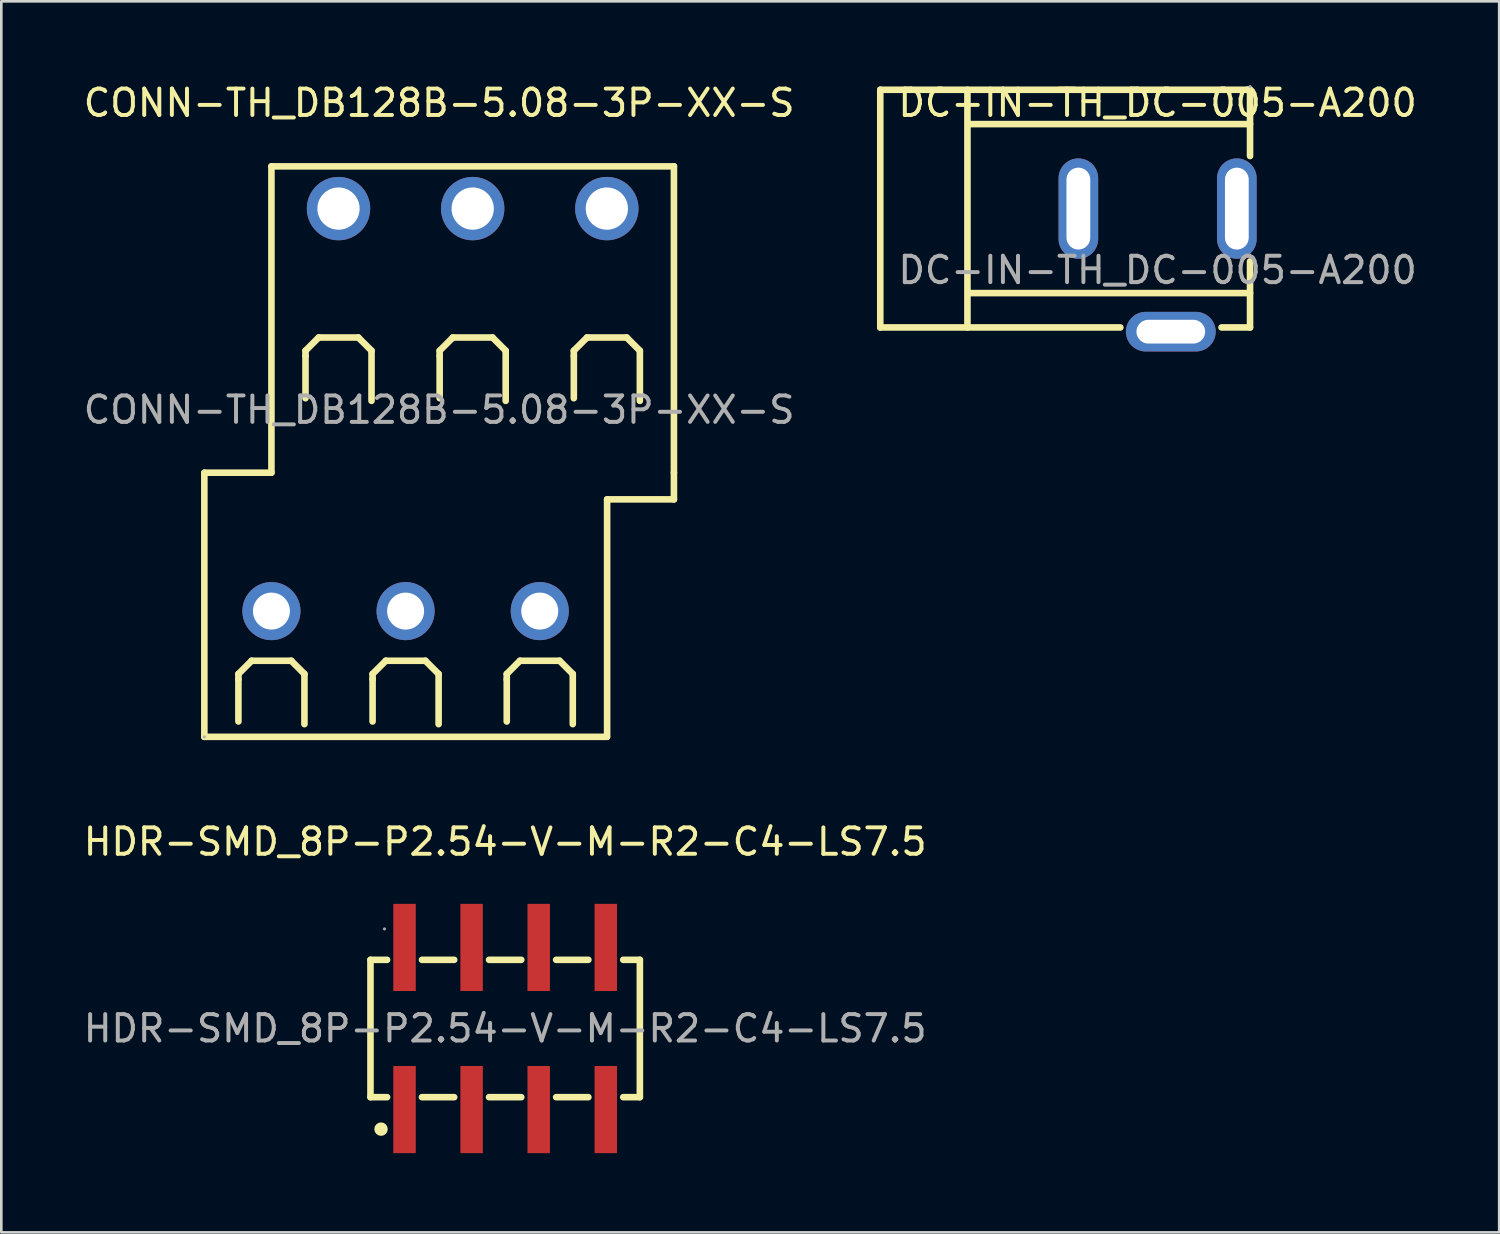
<source format=kicad_pcb>
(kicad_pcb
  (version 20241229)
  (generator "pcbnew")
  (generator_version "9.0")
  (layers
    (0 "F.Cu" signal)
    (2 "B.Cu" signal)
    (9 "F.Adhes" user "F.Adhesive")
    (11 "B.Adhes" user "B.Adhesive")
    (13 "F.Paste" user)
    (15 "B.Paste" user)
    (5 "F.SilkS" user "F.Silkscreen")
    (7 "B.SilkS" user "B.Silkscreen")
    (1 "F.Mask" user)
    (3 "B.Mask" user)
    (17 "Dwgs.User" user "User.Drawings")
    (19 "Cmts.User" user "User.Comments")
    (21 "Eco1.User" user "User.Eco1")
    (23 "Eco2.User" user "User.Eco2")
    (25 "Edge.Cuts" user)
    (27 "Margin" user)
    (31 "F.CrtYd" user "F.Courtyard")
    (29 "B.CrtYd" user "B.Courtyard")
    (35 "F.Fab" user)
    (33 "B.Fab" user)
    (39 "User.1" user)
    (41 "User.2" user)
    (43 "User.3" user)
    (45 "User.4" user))
  (footprint "CONN-TH_DB128B-5.08-3P-XX-S"
    (layer "F.Cu")
    (at 13.577 12.468)
    (property "Reference" "CONN-TH_DB128B-5.08-3P-XX-S" (at 0 -11.62 0) (layer "F.SilkS") (effects (font (size 1 1) (thickness 0.15))))
    (attr through_hole)
    (fp_line (start -8.89 2.38) (end -6.35 2.38) (stroke (width 0.25) (type solid)) (layer "F.SilkS"))
    (fp_line (start -8.89 12.38) (end -8.89 2.38) (stroke (width 0.25) (type solid)) (layer "F.SilkS"))
    (fp_line (start -8.89 12.38) (end 6.35 12.38) (stroke (width 0.25) (type solid)) (layer "F.SilkS"))
    (fp_line (start -7.6 10) (end -7.1 9.5) (stroke (width 0.25) (type solid)) (layer "F.SilkS"))
    (fp_line (start -7.6 10.2) (end -7.6 10) (stroke (width 0.25) (type solid)) (layer "F.SilkS"))
    (fp_line (start -7.6 11.8) (end -7.6 10.2) (stroke (width 0.25) (type solid)) (layer "F.SilkS"))
    (fp_line (start -7.1 9.5) (end -5.6 9.5) (stroke (width 0.25) (type solid)) (layer "F.SilkS"))
    (fp_line (start -6.35 -9.22) (end 8.89 -9.22) (stroke (width 0.25) (type solid)) (layer "F.SilkS"))
    (fp_line (start -6.35 2.38) (end -6.35 -9.22) (stroke (width 0.25) (type solid)) (layer "F.SilkS"))
    (fp_line (start -5.6 9.5) (end -5.1 10) (stroke (width 0.25) (type solid)) (layer "F.SilkS"))
    (fp_line (start -5.1 10) (end -5.1 11.9) (stroke (width 0.25) (type solid)) (layer "F.SilkS"))
    (fp_line (start -5.06 -2.24) (end -4.56 -2.74) (stroke (width 0.25) (type solid)) (layer "F.SilkS"))
    (fp_line (start -5.06 -2.04) (end -5.06 -2.24) (stroke (width 0.25) (type solid)) (layer "F.SilkS"))
    (fp_line (start -5.06 -0.44) (end -5.06 -2.04) (stroke (width 0.25) (type solid)) (layer "F.SilkS"))
    (fp_line (start -4.56 -2.74) (end -3.06 -2.74) (stroke (width 0.25) (type solid)) (layer "F.SilkS"))
    (fp_line (start -3.06 -2.74) (end -2.56 -2.24) (stroke (width 0.25) (type solid)) (layer "F.SilkS"))
    (fp_line (start -2.56 -2.24) (end -2.56 -0.34) (stroke (width 0.25) (type solid)) (layer "F.SilkS"))
    (fp_line (start -2.52 10) (end -2.02 9.5) (stroke (width 0.25) (type solid)) (layer "F.SilkS"))
    (fp_line (start -2.52 10.2) (end -2.52 10) (stroke (width 0.25) (type solid)) (layer "F.SilkS"))
    (fp_line (start -2.52 11.8) (end -2.52 10.2) (stroke (width 0.25) (type solid)) (layer "F.SilkS"))
    (fp_line (start -2.02 9.5) (end -0.52 9.5) (stroke (width 0.25) (type solid)) (layer "F.SilkS"))
    (fp_line (start -0.52 9.5) (end -0.02 10) (stroke (width 0.25) (type solid)) (layer "F.SilkS"))
    (fp_line (start -0.02 10) (end -0.02 11.9) (stroke (width 0.25) (type solid)) (layer "F.SilkS"))
    (fp_line (start 0.02 -2.24) (end 0.52 -2.74) (stroke (width 0.25) (type solid)) (layer "F.SilkS"))
    (fp_line (start 0.02 -2.04) (end 0.02 -2.24) (stroke (width 0.25) (type solid)) (layer "F.SilkS"))
    (fp_line (start 0.02 -0.44) (end 0.02 -2.04) (stroke (width 0.25) (type solid)) (layer "F.SilkS"))
    (fp_line (start 0.52 -2.74) (end 2.02 -2.74) (stroke (width 0.25) (type solid)) (layer "F.SilkS"))
    (fp_line (start 2.02 -2.74) (end 2.52 -2.24) (stroke (width 0.25) (type solid)) (layer "F.SilkS"))
    (fp_line (start 2.52 -2.24) (end 2.52 -0.34) (stroke (width 0.25) (type solid)) (layer "F.SilkS"))
    (fp_line (start 2.56 10) (end 3.06 9.5) (stroke (width 0.25) (type solid)) (layer "F.SilkS"))
    (fp_line (start 2.56 10.2) (end 2.56 10) (stroke (width 0.25) (type solid)) (layer "F.SilkS"))
    (fp_line (start 2.56 11.8) (end 2.56 10.2) (stroke (width 0.25) (type solid)) (layer "F.SilkS"))
    (fp_line (start 3.06 9.5) (end 4.56 9.5) (stroke (width 0.25) (type solid)) (layer "F.SilkS"))
    (fp_line (start 4.56 9.5) (end 5.06 10) (stroke (width 0.25) (type solid)) (layer "F.SilkS"))
    (fp_line (start 5.06 10) (end 5.06 11.9) (stroke (width 0.25) (type solid)) (layer "F.SilkS"))
    (fp_line (start 5.1 -2.24) (end 5.6 -2.74) (stroke (width 0.25) (type solid)) (layer "F.SilkS"))
    (fp_line (start 5.1 -2.04) (end 5.1 -2.24) (stroke (width 0.25) (type solid)) (layer "F.SilkS"))
    (fp_line (start 5.1 -0.44) (end 5.1 -2.04) (stroke (width 0.25) (type solid)) (layer "F.SilkS"))
    (fp_line (start 5.6 -2.74) (end 7.1 -2.74) (stroke (width 0.25) (type solid)) (layer "F.SilkS"))
    (fp_line (start 6.36 3.39) (end 6.36 12.38) (stroke (width 0.25) (type solid)) (layer "F.SilkS"))
    (fp_line (start 7.1 -2.74) (end 7.6 -2.24) (stroke (width 0.25) (type solid)) (layer "F.SilkS"))
    (fp_line (start 7.6 -2.24) (end 7.6 -0.34) (stroke (width 0.25) (type solid)) (layer "F.SilkS"))
    (fp_line (start 8.89 -9.22) (end 8.89 2.38) (stroke (width 0.25) (type solid)) (layer "F.SilkS"))
    (fp_line (start 8.89 2.38) (end 8.89 3.39) (stroke (width 0.25) (type solid)) (layer "F.SilkS"))
    (fp_line (start 8.89 3.39) (end 6.36 3.39) (stroke (width 0.25) (type solid)) (layer "F.SilkS"))
    (fp_circle (center -8.89 12.38) (end -8.86 12.38) (stroke (width 0.06) (type solid)) (fill no) (layer "F.Fab"))
    (fp_text user "${REFERENCE}" (at 0 0 0) (layer "F.Fab") (effects (font (size 1 1) (thickness 0.15))))
    (pad "1" thru_hole circle (at -6.35 7.62) (size 2.2 2.2) (drill 1.4) (layers "*.Cu" "*.Mask"))
    (pad "2" thru_hole circle (at -1.27 7.62) (size 2.2 2.2) (drill 1.4) (layers "*.Cu" "*.Mask"))
    (pad "3" thru_hole circle (at 3.81 7.62) (size 2.2 2.2) (drill 1.4) (layers "*.Cu" "*.Mask"))
    (pad "4" thru_hole circle (at 6.35 -7.62) (size 2.4 2.4) (drill 1.6) (layers "*.Cu" "*.Mask"))
    (pad "5" thru_hole circle (at 1.27 -7.62) (size 2.4 2.4) (drill 1.6) (layers "*.Cu" "*.Mask"))
    (pad "6" thru_hole circle (at -3.81 -7.62) (size 2.4 2.4) (drill 1.6) (layers "*.Cu" "*.Mask")))
  (footprint "HDR-SMD_8P-P2.54-V-M-R2-C4-LS7.5"
    (layer "F.Cu")
    (at 16.077 35.892)
    (property "Reference" "HDR-SMD_8P-P2.54-V-M-R2-C4-LS7.5" (at 0 -7.07 0) (layer "F.SilkS") (effects (font (size 1 1) (thickness 0.15))))
    (attr through_hole)
    (fp_line (start -5.1 -2.6) (end -4.47 -2.6) (stroke (width 0.25) (type solid)) (layer "F.SilkS"))
    (fp_line (start -5.1 2.6) (end -5.1 -2.6) (stroke (width 0.25) (type solid)) (layer "F.SilkS"))
    (fp_line (start -4.47 2.6) (end -5.1 2.6) (stroke (width 0.25) (type solid)) (layer "F.SilkS"))
    (fp_line (start -3.15 -2.6) (end -1.93 -2.6) (stroke (width 0.25) (type solid)) (layer "F.SilkS"))
    (fp_line (start -1.93 2.6) (end -3.15 2.6) (stroke (width 0.25) (type solid)) (layer "F.SilkS"))
    (fp_line (start -0.61 -2.6) (end 0.61 -2.6) (stroke (width 0.25) (type solid)) (layer "F.SilkS"))
    (fp_line (start 0.61 2.6) (end -0.61 2.6) (stroke (width 0.25) (type solid)) (layer "F.SilkS"))
    (fp_line (start 1.93 -2.6) (end 3.15 -2.6) (stroke (width 0.25) (type solid)) (layer "F.SilkS"))
    (fp_line (start 3.15 2.6) (end 1.93 2.6) (stroke (width 0.25) (type solid)) (layer "F.SilkS"))
    (fp_line (start 4.47 -2.6) (end 5.1 -2.6) (stroke (width 0.25) (type solid)) (layer "F.SilkS"))
    (fp_line (start 5.1 -2.6) (end 5.1 2.6) (stroke (width 0.25) (type solid)) (layer "F.SilkS"))
    (fp_line (start 5.1 2.6) (end 4.47 2.6) (stroke (width 0.25) (type solid)) (layer "F.SilkS"))
    (fp_circle (center -4.7 3.81) (end -4.57 3.81) (stroke (width 0.25) (type solid)) (fill no) (layer "F.SilkS"))
    (fp_circle (center -4.57 -3.77) (end -4.54 -3.77) (stroke (width 0.06) (type solid)) (fill no) (layer "F.Fab"))
    (fp_text user "${REFERENCE}" (at 0 0 0) (layer "F.Fab") (effects (font (size 1 1) (thickness 0.15))))
    (pad "1" smd rect (at -3.81 3.07) (size 0.85 3.3) (layers "F.Cu" "F.Mask" "F.Paste"))
    (pad "2" smd rect (at -3.81 -3.07) (size 0.85 3.3) (layers "F.Cu" "F.Mask" "F.Paste"))
    (pad "3" smd rect (at -1.27 3.07) (size 0.85 3.3) (layers "F.Cu" "F.Mask" "F.Paste"))
    (pad "4" smd rect (at -1.27 -3.07) (size 0.85 3.3) (layers "F.Cu" "F.Mask" "F.Paste"))
    (pad "5" smd rect (at 1.27 3.07) (size 0.85 3.3) (layers "F.Cu" "F.Mask" "F.Paste"))
    (pad "6" smd rect (at 1.27 -3.07) (size 0.85 3.3) (layers "F.Cu" "F.Mask" "F.Paste"))
    (pad "7" smd rect (at 3.81 3.07) (size 0.85 3.3) (layers "F.Cu" "F.Mask" "F.Paste"))
    (pad "8" smd rect (at 3.81 -3.07) (size 0.85 3.3) (layers "F.Cu" "F.Mask" "F.Paste")))
  (footprint "DC-IN-TH_DC-005-A200"
    (layer "F.Cu")
    (at 40.78 7.178)
    (property "Reference" "DC-IN-TH_DC-005-A200" (at 0 -6.33 0) (layer "F.SilkS") (effects (font (size 1 1) (thickness 0.15))))
    (attr through_hole)
    (fp_line (start -10.5 -6.83) (end 3.5 -6.83) (stroke (width 0.25) (type solid)) (layer "F.SilkS"))
    (fp_line (start -10.5 2.17) (end -10.5 -6.83) (stroke (width 0.25) (type solid)) (layer "F.SilkS"))
    (fp_line (start -7.2 2.17) (end -7.2 -6.83) (stroke (width 0.25) (type solid)) (layer "F.SilkS"))
    (fp_line (start -7.12 -5.53) (end 3.5 -5.53) (stroke (width 0.25) (type solid)) (layer "F.SilkS"))
    (fp_line (start -7.12 0.87) (end 3.5 0.87) (stroke (width 0.25) (type solid)) (layer "F.SilkS"))
    (fp_line (start -1.41 2.17) (end -10.5 2.17) (stroke (width 0.25) (type solid)) (layer "F.SilkS"))
    (fp_line (start 3.5 -6.83) (end 3.5 -4.32) (stroke (width 0.25) (type solid)) (layer "F.SilkS"))
    (fp_line (start 3.5 -0.33) (end 3.5 2.17) (stroke (width 0.25) (type solid)) (layer "F.SilkS"))
    (fp_line (start 3.5 2.17) (end 2.42 2.17) (stroke (width 0.25) (type solid)) (layer "F.SilkS"))
    (fp_circle (center 3.5 -6.95) (end 3.53 -6.95) (stroke (width 0.06) (type solid)) (fill no) (layer "F.Fab"))
    (fp_text user "${REFERENCE}" (at 0 0 0) (layer "F.Fab") (effects (font (size 1 1) (thickness 0.15))))
    (pad "1" thru_hole oval (at 3 -2.33) (size 1.5 3.8) (drill oval 0.9 3.1) (layers "*.Cu" "*.Mask"))
    (pad "2" thru_hole oval (at -3 -2.33 180) (size 1.5 3.8) (drill oval 0.9 3.1) (layers "*.Cu" "*.Mask"))
    (pad "MP" thru_hole oval (at 0.5 2.33 270) (size 1.5 3.4) (drill oval 0.9 2.6) (layers "*.Cu" "*.Mask")))
  (gr_rect
    (start -3 -3)
    (end 53.714 43.611)
    (stroke (width 0.1) (type default))
    (fill no)
    (layer "Edge.Cuts")))
</source>
